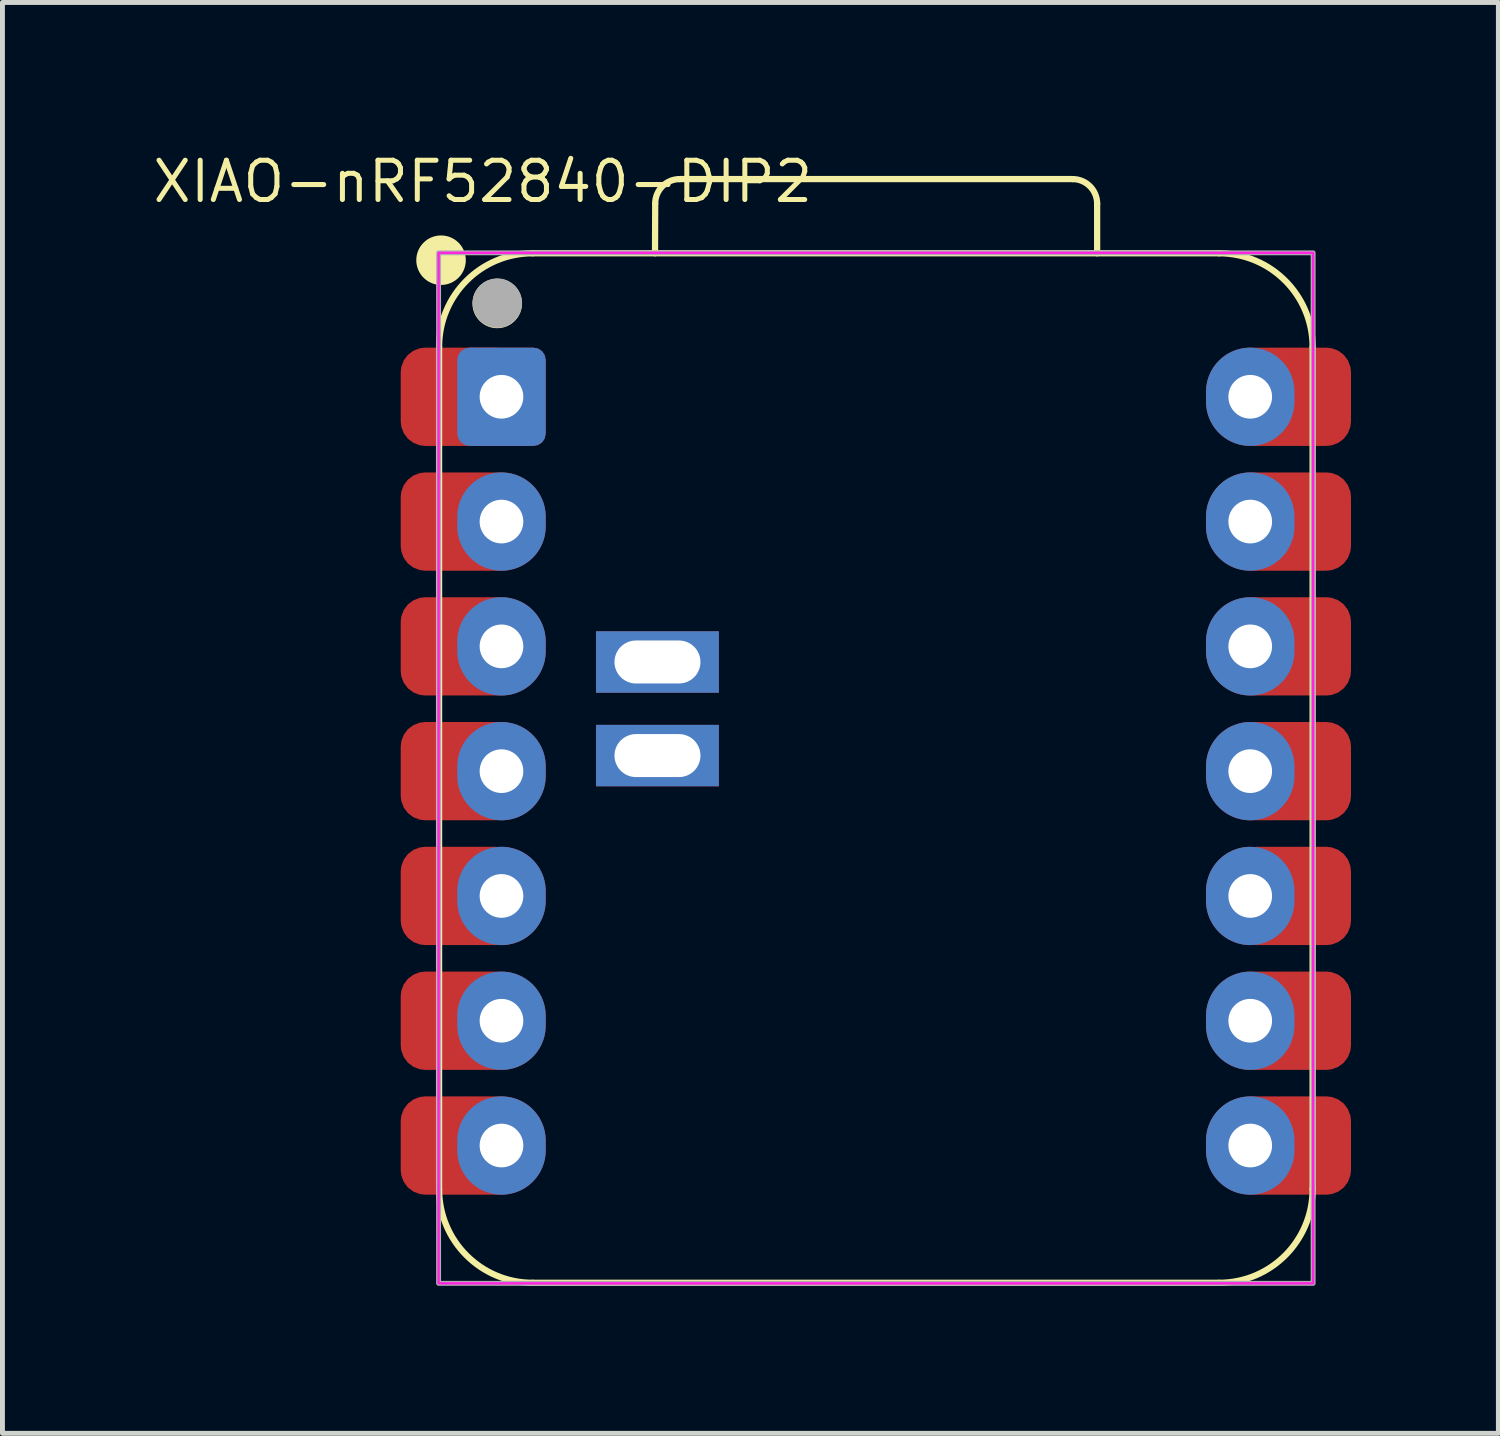
<source format=kicad_pcb>
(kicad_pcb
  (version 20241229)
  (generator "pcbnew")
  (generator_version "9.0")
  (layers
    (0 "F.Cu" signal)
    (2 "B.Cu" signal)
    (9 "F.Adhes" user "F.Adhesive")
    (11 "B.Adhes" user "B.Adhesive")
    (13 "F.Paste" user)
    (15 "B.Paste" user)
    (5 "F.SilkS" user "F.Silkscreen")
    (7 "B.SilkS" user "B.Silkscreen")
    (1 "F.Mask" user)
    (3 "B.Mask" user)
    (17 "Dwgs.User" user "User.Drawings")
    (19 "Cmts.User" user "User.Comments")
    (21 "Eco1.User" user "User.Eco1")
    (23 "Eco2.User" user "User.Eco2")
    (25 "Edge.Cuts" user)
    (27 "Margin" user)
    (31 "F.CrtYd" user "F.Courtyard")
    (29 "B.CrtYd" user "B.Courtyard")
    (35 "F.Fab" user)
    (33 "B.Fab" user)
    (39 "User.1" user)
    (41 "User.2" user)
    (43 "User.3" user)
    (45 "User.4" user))
  (footprint "XIAO-nRF52840-DIP2"
    (layer "F.Cu")
    (at 14.777 12.646)
    (property "Reference" "XIAO-nRF52840-DIP2" (at -8 -12 0) (unlocked yes) (layer "F.SilkS") (effects (font (size 0.8 0.8) (thickness 0.102))))
    (attr smd)
    (fp_line (start -8.89 8.509) (end -8.89 -8.636) (stroke (width 0.127) (type solid)) (layer "F.SilkS"))
    (fp_line (start -6.985 10.414) (end 6.985 10.414) (stroke (width 0.127) (type solid)) (layer "F.SilkS"))
    (fp_line (start -4.495 -10.541) (end -4.491 -11.551) (stroke (width 0.127) (type solid)) (layer "F.SilkS"))
    (fp_line (start -3.991 -12.051) (end 4.004 -12.051) (stroke (width 0.127) (type solid)) (layer "F.SilkS"))
    (fp_line (start 4.504 -11.551) (end 4.504 -10.541) (stroke (width 0.127) (type solid)) (layer "F.SilkS"))
    (fp_line (start 6.985 -10.541) (end -6.985 -10.541) (stroke (width 0.1) (type solid)) (layer "F.SilkS"))
    (fp_line (start 6.985 -10.541) (end -6.985 -10.541) (stroke (width 0.127) (type solid)) (layer "F.SilkS"))
    (fp_line (start 8.89 8.509) (end 8.89 -8.636) (stroke (width 0.127) (type solid)) (layer "F.SilkS"))
    (fp_arc (start -8.89 -8.636) (mid -8.332038 -9.983038) (end -6.985 -10.541) (stroke (width 0.127) (type solid)) (layer "F.SilkS"))
    (fp_arc (start -6.985 10.414) (mid -8.332038 9.856038) (end -8.89 8.509) (stroke (width 0.127) (type solid)) (layer "F.SilkS"))
    (fp_arc (start -4.491272 -11.551272) (mid -4.344728 -11.90464) (end -3.991272 -12.051) (stroke (width 0.127) (type default)) (layer "F.SilkS"))
    (fp_arc (start 4.004 -12.051) (mid 4.357524 -11.904524) (end 4.504 -11.551) (stroke (width 0.127) (type default)) (layer "F.SilkS"))
    (fp_arc (start 6.985 -10.541) (mid 8.332038 -9.983038) (end 8.89 -8.636) (stroke (width 0.127) (type solid)) (layer "F.SilkS"))
    (fp_arc (start 8.89 8.509) (mid 8.332038 9.856038) (end 6.985 10.414) (stroke (width 0.127) (type solid)) (layer "F.SilkS"))
    (fp_circle (center -8.85 -10.4) (end -8.85 -10.654) (stroke (width 0.5) (type solid)) (fill yes) (layer "F.SilkS"))
    (fp_circle (center -7.707 -9.52) (end -7.707 -9.774) (stroke (width 0.5) (type solid)) (fill yes) (layer "F.SilkS"))
    (fp_rect (start -8.9 -10.55) (end 8.9 10.425) (stroke (width 0.05) (type default)) (fill no) (layer "F.CrtYd"))
    (fp_rect (start -8.9 -10.55) (end 8.9 10.425) (stroke (width 0.1) (type default)) (fill no) (layer "F.Fab"))
    (fp_circle (center -7.704 -9.526) (end -7.704 -9.78) (stroke (width 0.5) (type solid)) (fill no) (layer "F.Fab"))
    (pad "1" smd roundrect (at -8.455 -7.62 180) (size 2.432 2) (layers "F.Cu" "F.Mask") (roundrect_rratio 0.25))
    (pad "1" thru_hole roundrect (at -7.62 -7.62 180) (size 1.8 2) (drill 0.889) (layers "*.Cu" "*.Mask") (roundrect_rratio 0.139))
    (pad "2" smd roundrect (at -8.455 -5.08 180) (size 2.432 2) (layers "F.Cu" "F.Mask") (roundrect_rratio 0.25))
    (pad "2" thru_hole oval (at -7.62 -5.08 180) (size 1.8 2) (drill 0.889) (layers "*.Cu" "*.Mask"))
    (pad "3" smd roundrect (at -8.455 -2.54 180) (size 2.432 2) (layers "F.Cu" "F.Mask") (roundrect_rratio 0.25))
    (pad "3" thru_hole oval (at -7.62 -2.54 180) (size 1.8 2) (drill 0.889) (layers "*.Cu" "*.Mask"))
    (pad "4" smd roundrect (at -8.455 0 180) (size 2.432 2) (layers "F.Cu" "F.Mask") (roundrect_rratio 0.25))
    (pad "4" thru_hole oval (at -7.62 0 180) (size 1.8 2) (drill 0.889) (layers "*.Cu" "*.Mask"))
    (pad "5" smd roundrect (at -8.455 2.54 180) (size 2.432 2) (layers "F.Cu" "F.Mask") (roundrect_rratio 0.25))
    (pad "5" thru_hole oval (at -7.62 2.54 180) (size 1.8 2) (drill 0.889) (layers "*.Cu" "*.Mask"))
    (pad "6" smd roundrect (at -8.455 5.08 180) (size 2.432 2) (layers "F.Cu" "F.Mask") (roundrect_rratio 0.25))
    (pad "6" thru_hole oval (at -7.62 5.08 180) (size 1.8 2) (drill 0.889) (layers "*.Cu" "*.Mask"))
    (pad "7" smd roundrect (at -8.455 7.62 180) (size 2.432 2) (layers "F.Cu" "F.Mask") (roundrect_rratio 0.25))
    (pad "7" thru_hole oval (at -7.62 7.62 180) (size 1.8 2) (drill 0.889) (layers "*.Cu" "*.Mask"))
    (pad "8" thru_hole oval (at 7.62 7.62) (size 1.8 2) (drill 0.889) (layers "*.Cu" "*.Mask"))
    (pad "8" smd roundrect (at 8.455 7.62) (size 2.432 2) (layers "F.Cu" "F.Mask") (roundrect_rratio 0.25))
    (pad "9" thru_hole oval (at 7.62 5.08) (size 1.8 2) (drill 0.889) (layers "*.Cu" "*.Mask"))
    (pad "9" smd roundrect (at 8.455 5.08) (size 2.432 2) (layers "F.Cu" "F.Mask") (roundrect_rratio 0.25))
    (pad "10" thru_hole oval (at 7.62 2.54) (size 1.8 2) (drill 0.889) (layers "*.Cu" "*.Mask"))
    (pad "10" smd roundrect (at 8.455 2.54) (size 2.432 2) (layers "F.Cu" "F.Mask") (roundrect_rratio 0.25))
    (pad "11" thru_hole oval (at 7.62 0) (size 1.8 2) (drill 0.889) (layers "*.Cu" "*.Mask"))
    (pad "11" smd roundrect (at 8.455 0) (size 2.432 2) (layers "F.Cu" "F.Mask") (roundrect_rratio 0.25))
    (pad "12" thru_hole oval (at 7.62 -2.54) (size 1.8 2) (drill 0.889) (layers "*.Cu" "*.Mask"))
    (pad "12" smd roundrect (at 8.455 -2.54) (size 2.432 2) (layers "F.Cu" "F.Mask") (roundrect_rratio 0.25))
    (pad "13" thru_hole oval (at 7.62 -5.08) (size 1.8 2) (drill 0.889) (layers "*.Cu" "*.Mask"))
    (pad "13" smd roundrect (at 8.455 -5.08) (size 2.432 2) (layers "F.Cu" "F.Mask") (roundrect_rratio 0.25))
    (pad "14" thru_hole oval (at 7.62 -7.62) (size 1.8 2) (drill 0.889) (layers "*.Cu" "*.Mask"))
    (pad "14" smd roundrect (at 8.455 -7.62) (size 2.432 2) (layers "F.Cu" "F.Mask") (roundrect_rratio 0.25))
    (pad "15" thru_hole rect (at -4.445 -2.222) (size 2.5 1.25) (drill oval 1.75 0.875) (layers "*.Cu" "*.Mask"))
    (pad "16" thru_hole rect (at -4.445 -0.317) (size 2.5 1.25) (drill oval 1.75 0.875) (layers "*.Cu" "*.Mask"))
    (zone (net_name "") (layers "F.Cu" "B.Cu") (name "anntena") (hatch edge 0.5) (connect_pads) (min_thickness 0.25) (filled_areas_thickness no) (keepout (tracks allowed) (vias allowed) (pads allowed) (copperpour not_allowed) (footprints allowed)) (placement (enabled no)) (fill) (polygon (pts (xy 23.707 23.064) (xy 23.707 16.646) (xy 5.847 16.646) (xy 5.847 23.064)))))
  (gr_rect
    (start -3 -3)
    (end 27.448 26.124)
    (stroke (width 0.1) (type default))
    (fill no)
    (layer "Edge.Cuts")))
</source>
